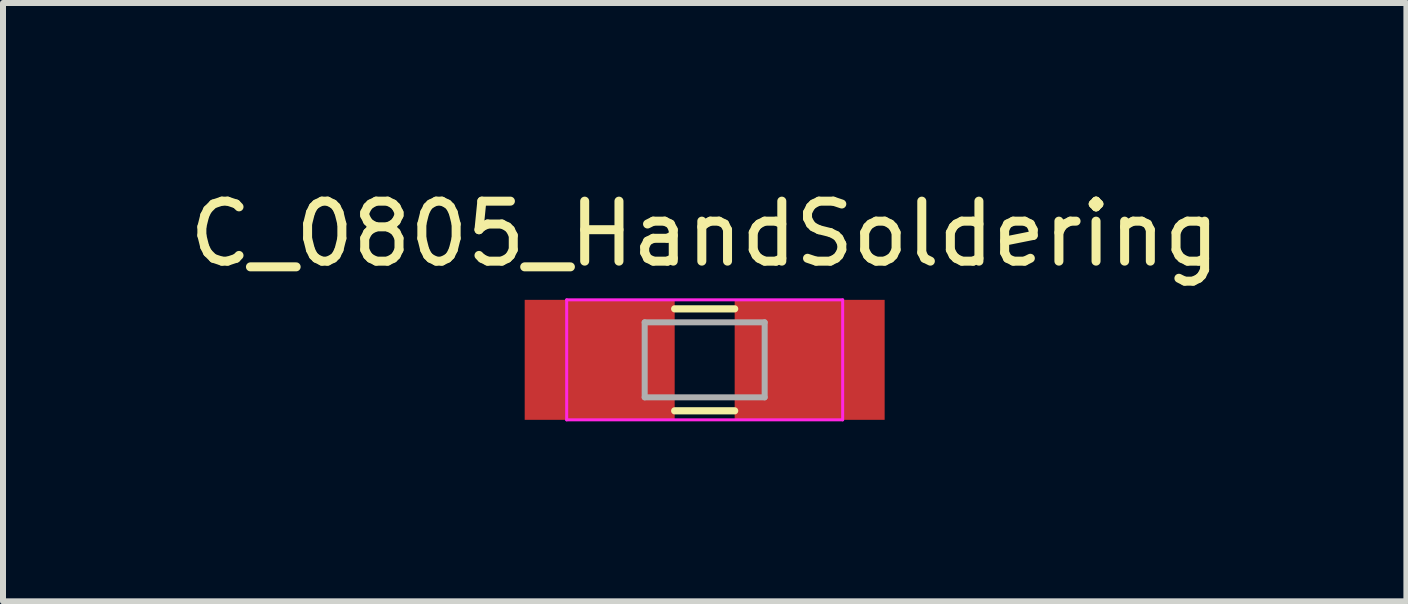
<source format=kicad_pcb>
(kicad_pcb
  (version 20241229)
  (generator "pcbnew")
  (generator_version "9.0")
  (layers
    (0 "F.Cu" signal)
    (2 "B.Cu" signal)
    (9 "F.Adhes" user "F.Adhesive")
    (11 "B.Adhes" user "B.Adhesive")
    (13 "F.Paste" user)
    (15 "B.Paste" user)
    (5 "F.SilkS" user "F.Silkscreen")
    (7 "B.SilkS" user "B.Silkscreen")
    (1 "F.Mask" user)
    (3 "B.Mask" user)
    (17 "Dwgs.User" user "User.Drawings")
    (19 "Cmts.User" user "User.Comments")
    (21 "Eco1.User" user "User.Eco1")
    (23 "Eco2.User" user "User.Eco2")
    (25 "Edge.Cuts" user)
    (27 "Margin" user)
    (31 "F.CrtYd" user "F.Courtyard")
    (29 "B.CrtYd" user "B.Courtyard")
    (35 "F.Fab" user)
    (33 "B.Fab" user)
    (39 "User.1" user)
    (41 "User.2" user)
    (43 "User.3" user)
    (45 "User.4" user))
  (footprint "C_0805_HandSoldering"
    (layer "F.Cu")
    (at 8.696 2.948)
    (property "Reference" "C_0805_HandSoldering" (at 0 -2.1 0) (layer "F.SilkS") (effects (font (size 1 1) (thickness 0.15))))
    (attr smd)
    (fp_line (start -0.5 0.85) (end 0.5 0.85) (stroke (width 0.12) (type solid)) (layer "F.SilkS"))
    (fp_line (start 0.5 -0.85) (end -0.5 -0.85) (stroke (width 0.12) (type solid)) (layer "F.SilkS"))
    (fp_line (start -2.3 -1) (end -2.3 1) (stroke (width 0.05) (type solid)) (layer "F.CrtYd"))
    (fp_line (start -2.3 -1) (end 2.3 -1) (stroke (width 0.05) (type solid)) (layer "F.CrtYd"))
    (fp_line (start -2.3 1) (end 2.3 1) (stroke (width 0.05) (type solid)) (layer "F.CrtYd"))
    (fp_line (start 2.3 -1) (end 2.3 1) (stroke (width 0.05) (type solid)) (layer "F.CrtYd"))
    (fp_line (start -1 -0.625) (end 1 -0.625) (stroke (width 0.1) (type solid)) (layer "F.Fab"))
    (fp_line (start -1 0.625) (end -1 -0.625) (stroke (width 0.1) (type solid)) (layer "F.Fab"))
    (fp_line (start 1 -0.625) (end 1 0.625) (stroke (width 0.1) (type solid)) (layer "F.Fab"))
    (fp_line (start 1 0.625) (end -1 0.625) (stroke (width 0.1) (type solid)) (layer "F.Fab"))
    (pad "1" smd rect (at -1.75 0) (size 2.5 2) (layers "F.Cu" "F.Mask" "F.Paste"))
    (pad "2" smd rect (at 1.75 0) (size 2.5 2) (layers "F.Cu" "F.Mask" "F.Paste")))
  (gr_rect
    (start -3 -3)
    (end 20.393 6.973)
    (stroke (width 0.1) (type default))
    (fill no)
    (layer "Edge.Cuts")))
</source>
